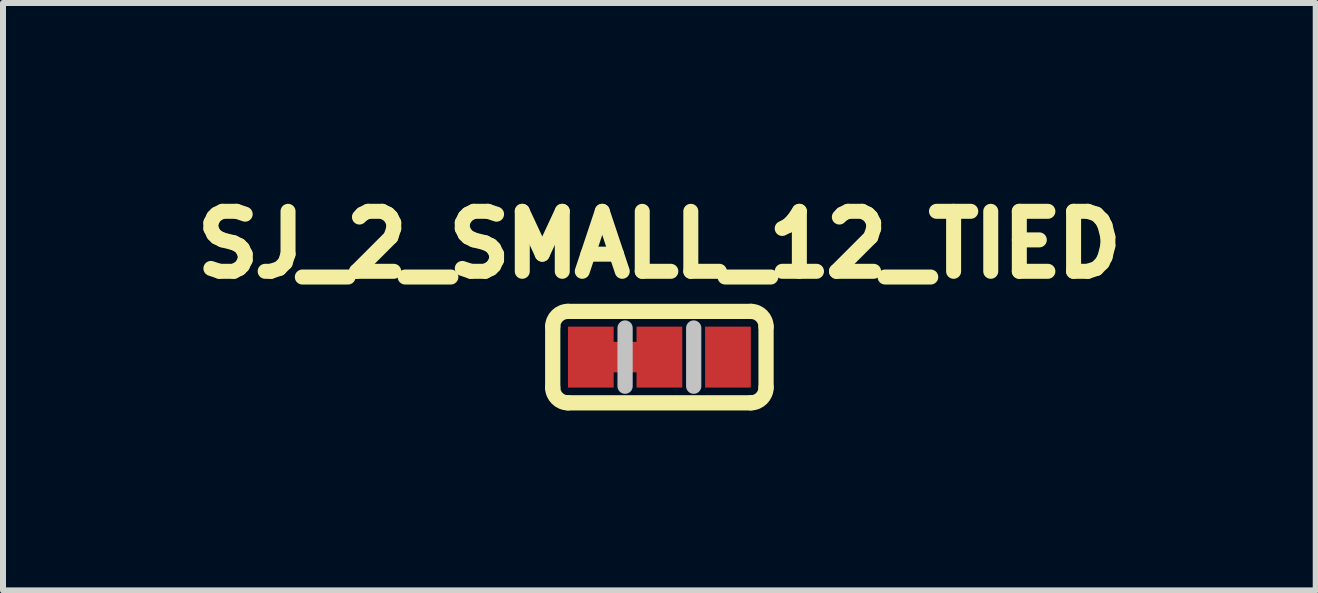
<source format=kicad_pcb>
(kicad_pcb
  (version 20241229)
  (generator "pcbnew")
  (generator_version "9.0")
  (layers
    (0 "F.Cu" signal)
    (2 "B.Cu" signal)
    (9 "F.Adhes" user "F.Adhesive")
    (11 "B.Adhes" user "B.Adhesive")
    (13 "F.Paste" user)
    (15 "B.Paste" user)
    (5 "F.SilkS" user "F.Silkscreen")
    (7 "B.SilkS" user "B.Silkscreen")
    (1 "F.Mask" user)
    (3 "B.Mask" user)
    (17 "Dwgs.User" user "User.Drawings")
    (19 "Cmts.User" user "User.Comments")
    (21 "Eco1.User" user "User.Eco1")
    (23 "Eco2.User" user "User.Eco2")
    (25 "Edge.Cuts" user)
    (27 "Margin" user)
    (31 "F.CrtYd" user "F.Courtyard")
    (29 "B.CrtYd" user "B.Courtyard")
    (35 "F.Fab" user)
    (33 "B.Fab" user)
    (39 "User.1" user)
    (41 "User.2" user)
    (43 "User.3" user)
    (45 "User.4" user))
  (footprint "SJ_2_SMALL_12_TIED"
    (layer "F.Cu")
    (at 7.942 2.903)
    (property "Reference" "SJ_2_SMALL_12_TIED" (at 0 -1.88 0) (layer "F.SilkS") (effects (font (size 1 1) (thickness 0.25))))
    (attr smd)
    (fp_line (start -1.143 0) (end 0 0) (stroke (width 0.508) (type solid)) (layer "F.Cu"))
    (fp_line (start -1.778 0.508) (end -1.778 -0.508) (stroke (width 0.254) (type solid)) (layer "F.SilkS"))
    (fp_line (start -1.524 -0.762) (end 1.524 -0.762) (stroke (width 0.254) (type solid)) (layer "F.SilkS"))
    (fp_line (start 1.524 0.762) (end -1.524 0.762) (stroke (width 0.254) (type solid)) (layer "F.SilkS"))
    (fp_line (start 1.778 0.508) (end 1.778 -0.508) (stroke (width 0.254) (type solid)) (layer "F.SilkS"))
    (fp_arc (start -1.778 -0.508) (mid -1.703605 -0.687605) (end -1.524 -0.762) (stroke (width 0.254) (type solid)) (layer "F.SilkS"))
    (fp_arc (start -1.524 0.762) (mid -1.703605 0.687605) (end -1.778 0.508) (stroke (width 0.254) (type solid)) (layer "F.SilkS"))
    (fp_arc (start 1.524 -0.762) (mid 1.703605 -0.687605) (end 1.778 -0.508) (stroke (width 0.254) (type solid)) (layer "F.SilkS"))
    (fp_arc (start 1.778 0.508) (mid 1.703605 0.687605) (end 1.524 0.762) (stroke (width 0.254) (type solid)) (layer "F.SilkS"))
    (fp_line (start -0.572 -0.485) (end -0.572 0.485) (stroke (width 0.254) (type solid)) (layer "Dwgs.User"))
    (fp_line (start 0.572 -0.485) (end 0.572 0.485) (stroke (width 0.254) (type solid)) (layer "Dwgs.User"))
    (pad "1" smd rect (at -1.143 0) (size 0.762 1.016) (layers "F.Cu" "F.Mask"))
    (pad "2" smd rect (at 0 0) (size 0.762 1.016) (layers "F.Cu" "F.Mask"))
    (pad "3" smd rect (at 1.143 0) (size 0.762 1.016) (layers "F.Cu" "F.Mask")))
  (gr_rect
    (start -3 -3)
    (end 18.883 6.792)
    (stroke (width 0.1) (type default))
    (fill no)
    (layer "Edge.Cuts")))
</source>
